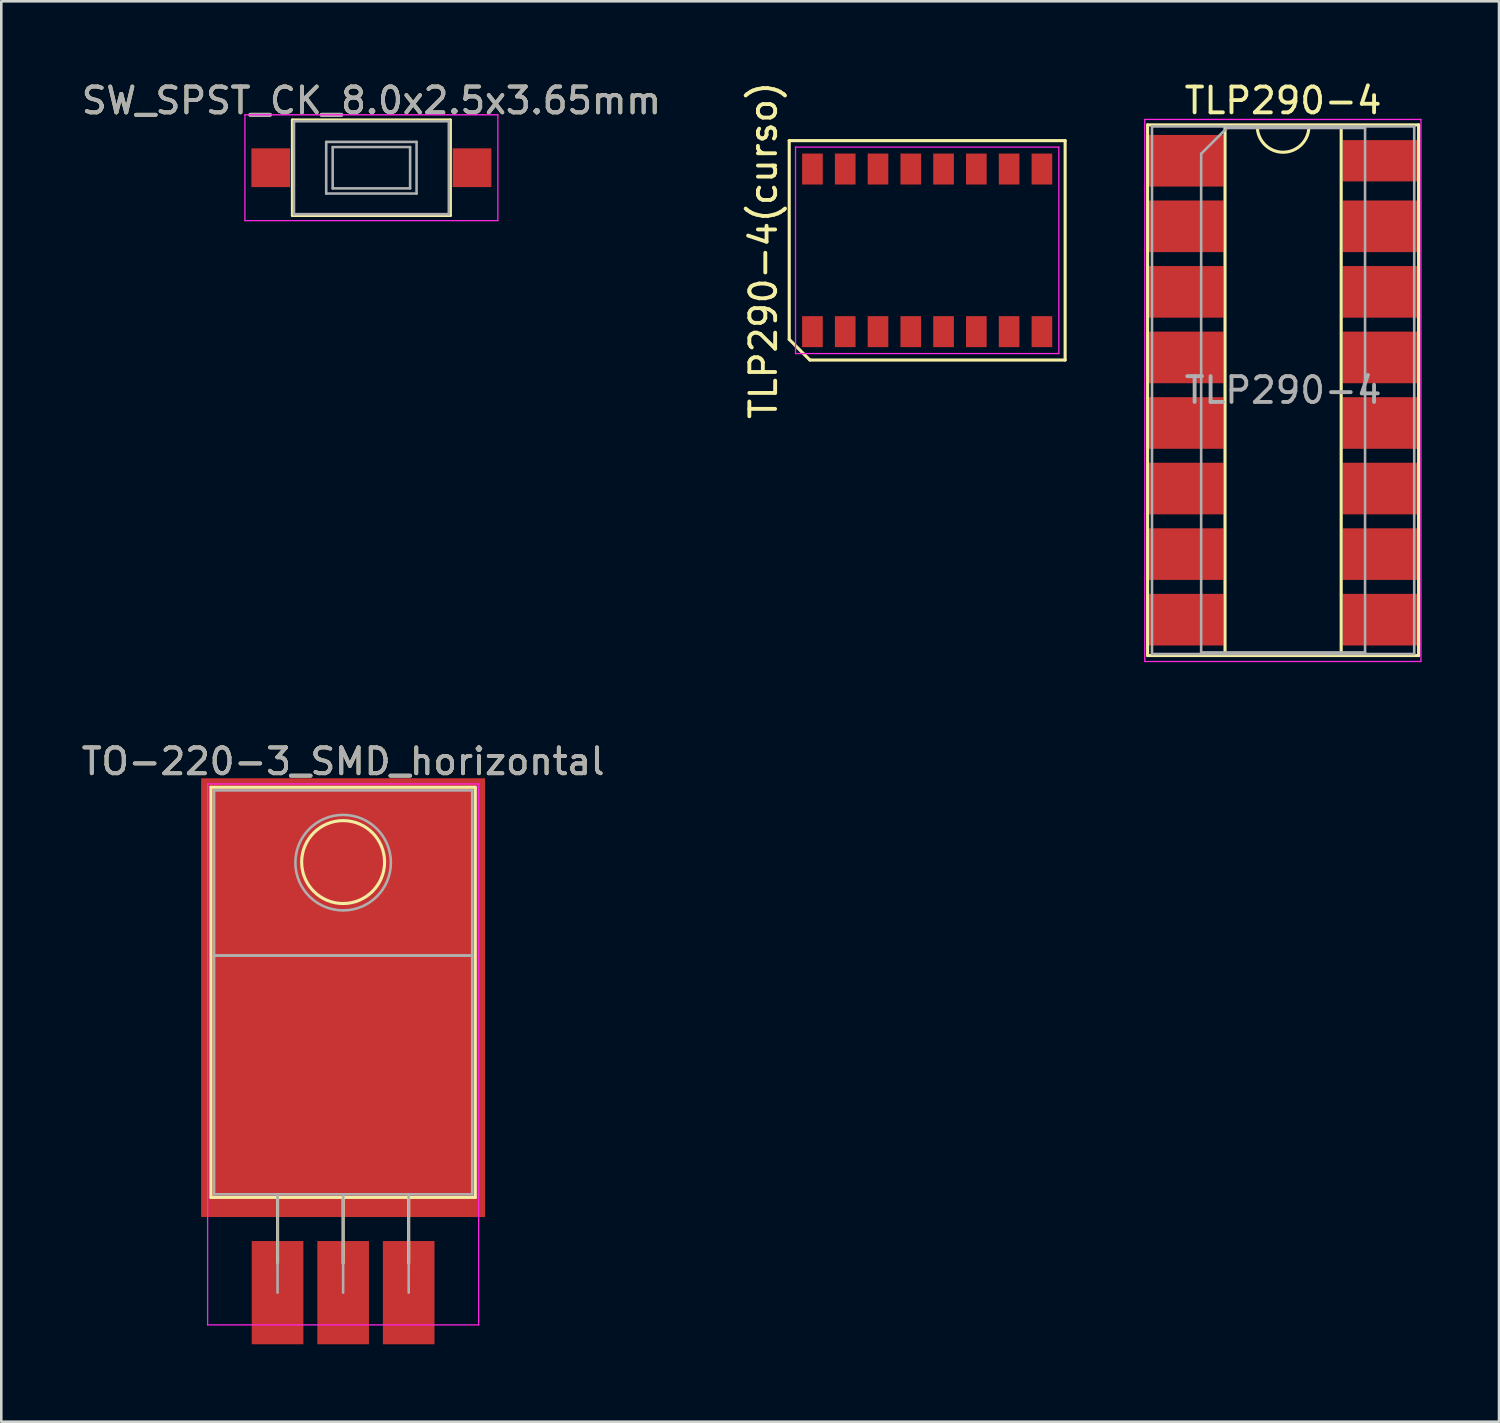
<source format=kicad_pcb>
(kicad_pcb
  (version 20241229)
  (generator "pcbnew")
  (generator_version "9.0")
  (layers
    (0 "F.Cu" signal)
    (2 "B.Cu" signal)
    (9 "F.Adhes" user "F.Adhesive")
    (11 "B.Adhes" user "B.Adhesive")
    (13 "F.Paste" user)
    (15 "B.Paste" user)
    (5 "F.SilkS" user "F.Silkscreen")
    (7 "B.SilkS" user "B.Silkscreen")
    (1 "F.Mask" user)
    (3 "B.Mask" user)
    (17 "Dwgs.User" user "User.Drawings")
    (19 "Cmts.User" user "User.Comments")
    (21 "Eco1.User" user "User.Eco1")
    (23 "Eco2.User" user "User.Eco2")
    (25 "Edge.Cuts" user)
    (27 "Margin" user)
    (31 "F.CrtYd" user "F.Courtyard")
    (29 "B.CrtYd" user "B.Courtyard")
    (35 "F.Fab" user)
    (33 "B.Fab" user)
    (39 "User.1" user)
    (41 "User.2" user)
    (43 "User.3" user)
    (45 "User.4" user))
  (footprint "TLP290-4(curso)"
    (layer "F.Cu")
    (at 32.872 6.649)
    (property "Reference" "TLP290-4(curso)" (at -6.345 0 90) (layer "F.SilkS") (effects (font (size 1 1) (thickness 0.15))))
    (attr smd)
    (fp_line (start -5.345 -4.25) (end 5.345 -4.25) (stroke (width 0.12) (type solid)) (layer "F.SilkS"))
    (fp_line (start -5.345 3.45) (end -5.345 -4.25) (stroke (width 0.12) (type solid)) (layer "F.SilkS"))
    (fp_line (start -4.545 4.25) (end -5.345 3.45) (stroke (width 0.12) (type solid)) (layer "F.SilkS"))
    (fp_line (start 5.345 -4.25) (end 5.345 4.25) (stroke (width 0.12) (type solid)) (layer "F.SilkS"))
    (fp_line (start 5.345 4.25) (end -4.545 4.25) (stroke (width 0.12) (type solid)) (layer "F.SilkS"))
    (fp_line (start -5.1 -4) (end 5.1 -4) (stroke (width 0.05) (type solid)) (layer "F.CrtYd"))
    (fp_line (start -5.1 4) (end -5.1 -4) (stroke (width 0.05) (type solid)) (layer "F.CrtYd"))
    (fp_line (start 5.1 -4) (end 5.1 4) (stroke (width 0.05) (type solid)) (layer "F.CrtYd"))
    (fp_line (start 5.1 4) (end -5.1 4) (stroke (width 0.05) (type solid)) (layer "F.CrtYd"))
    (pad "1" smd rect (at -4.445 3.15) (size 0.8 1.2) (layers "F.Cu" "F.Mask" "F.Paste"))
    (pad "2" smd rect (at -3.175 3.15) (size 0.8 1.2) (layers "F.Cu" "F.Mask" "F.Paste"))
    (pad "3" smd rect (at -1.905 3.15) (size 0.8 1.2) (layers "F.Cu" "F.Mask" "F.Paste"))
    (pad "4" smd rect (at -0.635 3.15) (size 0.8 1.2) (layers "F.Cu" "F.Mask" "F.Paste"))
    (pad "5" smd rect (at 0.635 3.15) (size 0.8 1.2) (layers "F.Cu" "F.Mask" "F.Paste"))
    (pad "6" smd rect (at 1.905 3.15) (size 0.8 1.2) (layers "F.Cu" "F.Mask" "F.Paste"))
    (pad "7" smd rect (at 3.175 3.15) (size 0.8 1.2) (layers "F.Cu" "F.Mask" "F.Paste"))
    (pad "8" smd rect (at 4.445 3.15) (size 0.8 1.2) (layers "F.Cu" "F.Mask" "F.Paste"))
    (pad "9" smd rect (at 4.445 -3.15) (size 0.8 1.2) (layers "F.Cu" "F.Mask" "F.Paste"))
    (pad "10" smd rect (at 3.175 -3.15) (size 0.8 1.2) (layers "F.Cu" "F.Mask" "F.Paste"))
    (pad "11" smd rect (at 1.905 -3.15) (size 0.8 1.2) (layers "F.Cu" "F.Mask" "F.Paste"))
    (pad "12" smd rect (at 0.635 -3.15) (size 0.8 1.2) (layers "F.Cu" "F.Mask" "F.Paste"))
    (pad "13" smd rect (at -0.635 -3.15) (size 0.8 1.2) (layers "F.Cu" "F.Mask" "F.Paste"))
    (pad "14" smd rect (at -1.905 -3.15) (size 0.8 1.2) (layers "F.Cu" "F.Mask" "F.Paste"))
    (pad "15" smd rect (at -3.175 -3.15) (size 0.8 1.2) (layers "F.Cu" "F.Mask" "F.Paste"))
    (pad "16" smd rect (at -4.445 -3.15) (size 0.8 1.2) (layers "F.Cu" "F.Mask" "F.Paste")))
  (footprint "SW_SPST_CK_8.0x2.5x3.65mm"
    (layer "F.Cu")
    (at 11.339 3.448)
    (property "Reference" "SW_SPST_CK_8.0x2.5x3.65mm" (at 0 -2.6 0) (layer "F.SilkS") (effects (font (size 1 1) (thickness 0.15))))
    (attr smd)
    (fp_line (start -3.06 -1.85) (end 3.06 -1.85) (stroke (width 0.12) (type solid)) (layer "F.SilkS"))
    (fp_line (start -3.06 1.85) (end -3.06 -1.85) (stroke (width 0.12) (type solid)) (layer "F.SilkS"))
    (fp_line (start 3.06 -1.85) (end 3.06 1.85) (stroke (width 0.12) (type solid)) (layer "F.SilkS"))
    (fp_line (start 3.06 1.85) (end -3.06 1.85) (stroke (width 0.12) (type solid)) (layer "F.SilkS"))
    (fp_line (start -4.9 -2.05) (end 4.9 -2.05) (stroke (width 0.05) (type solid)) (layer "F.CrtYd"))
    (fp_line (start -4.9 2.05) (end -4.9 -2.05) (stroke (width 0.05) (type solid)) (layer "F.CrtYd"))
    (fp_line (start 4.9 -2.05) (end 4.9 2.05) (stroke (width 0.05) (type solid)) (layer "F.CrtYd"))
    (fp_line (start 4.9 2.05) (end -4.9 2.05) (stroke (width 0.05) (type solid)) (layer "F.CrtYd"))
    (fp_line (start -3 -1.8) (end -3 1.8) (stroke (width 0.1) (type solid)) (layer "F.Fab"))
    (fp_line (start -3 -1.8) (end 3 -1.8) (stroke (width 0.1) (type solid)) (layer "F.Fab"))
    (fp_line (start -3 1.8) (end 3 1.8) (stroke (width 0.1) (type solid)) (layer "F.Fab"))
    (fp_line (start -1.75 -1) (end 1.75 -1) (stroke (width 0.1) (type solid)) (layer "F.Fab"))
    (fp_line (start -1.75 1) (end -1.75 -1) (stroke (width 0.1) (type solid)) (layer "F.Fab"))
    (fp_line (start -1.5 -0.8) (end -1.5 0.8) (stroke (width 0.1) (type solid)) (layer "F.Fab"))
    (fp_line (start -1.5 -0.8) (end 1.5 -0.8) (stroke (width 0.1) (type solid)) (layer "F.Fab"))
    (fp_line (start -1.5 0.8) (end 1.5 0.8) (stroke (width 0.1) (type solid)) (layer "F.Fab"))
    (fp_line (start 1.5 -0.8) (end 1.5 0.8) (stroke (width 0.1) (type solid)) (layer "F.Fab"))
    (fp_line (start 1.75 -1) (end 1.75 1) (stroke (width 0.1) (type solid)) (layer "F.Fab"))
    (fp_line (start 1.75 1) (end -1.75 1) (stroke (width 0.1) (type solid)) (layer "F.Fab"))
    (fp_line (start 3 -1.8) (end 3 1.8) (stroke (width 0.1) (type solid)) (layer "F.Fab"))
    (fp_text user "${REFERENCE}" (at 0 -2.6 0) (layer "F.Fab") (effects (font (size 1 1) (thickness 0.15))))
    (pad "1" smd rect (at -3.9 0) (size 1.5 1.5) (layers "F.Cu" "F.Mask" "F.Paste"))
    (pad "2" smd rect (at 3.9 0) (size 1.5 1.5) (layers "F.Cu" "F.Mask" "F.Paste")))
  (footprint "TLP290-4"
    (layer "F.Cu")
    (at 42.852 3.178)
    (property "Reference" "TLP290-4" (at 3.81 -2.33 0) (layer "F.SilkS") (effects (font (size 1 1) (thickness 0.15))))
    (attr through_hole)
    (fp_line (start -1.44 -1.39) (end -1.44 19.17) (stroke (width 0.12) (type solid)) (layer "F.SilkS"))
    (fp_line (start -1.44 19.17) (end 9.06 19.17) (stroke (width 0.12) (type solid)) (layer "F.SilkS"))
    (fp_line (start 1.56 -1.33) (end 1.56 19.11) (stroke (width 0.12) (type solid)) (layer "F.SilkS"))
    (fp_line (start 1.56 19.11) (end 6.06 19.11) (stroke (width 0.12) (type solid)) (layer "F.SilkS"))
    (fp_line (start 2.81 -1.33) (end 1.56 -1.33) (stroke (width 0.12) (type solid)) (layer "F.SilkS"))
    (fp_line (start 6.06 -1.33) (end 4.81 -1.33) (stroke (width 0.12) (type solid)) (layer "F.SilkS"))
    (fp_line (start 6.06 19.11) (end 6.06 -1.33) (stroke (width 0.12) (type solid)) (layer "F.SilkS"))
    (fp_line (start 9.06 -1.39) (end -1.44 -1.39) (stroke (width 0.12) (type solid)) (layer "F.SilkS"))
    (fp_line (start 9.06 19.17) (end 9.06 -1.39) (stroke (width 0.12) (type solid)) (layer "F.SilkS"))
    (fp_arc (start 4.81 -1.33) (mid 3.81 -0.33) (end 2.81 -1.33) (stroke (width 0.12) (type solid)) (layer "F.SilkS"))
    (fp_line (start -1.55 -1.6) (end -1.55 19.4) (stroke (width 0.05) (type solid)) (layer "F.CrtYd"))
    (fp_line (start -1.55 19.4) (end 9.15 19.4) (stroke (width 0.05) (type solid)) (layer "F.CrtYd"))
    (fp_line (start 9.15 -1.6) (end -1.55 -1.6) (stroke (width 0.05) (type solid)) (layer "F.CrtYd"))
    (fp_line (start 9.15 19.4) (end 9.15 -1.6) (stroke (width 0.05) (type solid)) (layer "F.CrtYd"))
    (fp_line (start -1.27 -1.33) (end -1.27 19.11) (stroke (width 0.1) (type solid)) (layer "F.Fab"))
    (fp_line (start -1.27 19.11) (end 8.89 19.11) (stroke (width 0.1) (type solid)) (layer "F.Fab"))
    (fp_line (start 0.635 -0.27) (end 1.635 -1.27) (stroke (width 0.1) (type solid)) (layer "F.Fab"))
    (fp_line (start 0.635 19.05) (end 0.635 -0.27) (stroke (width 0.1) (type solid)) (layer "F.Fab"))
    (fp_line (start 1.635 -1.27) (end 6.985 -1.27) (stroke (width 0.1) (type solid)) (layer "F.Fab"))
    (fp_line (start 6.985 -1.27) (end 6.985 19.05) (stroke (width 0.1) (type solid)) (layer "F.Fab"))
    (fp_line (start 6.985 19.05) (end 0.635 19.05) (stroke (width 0.1) (type solid)) (layer "F.Fab"))
    (fp_line (start 8.89 -1.33) (end -1.27 -1.33) (stroke (width 0.1) (type solid)) (layer "F.Fab"))
    (fp_line (start 8.89 19.11) (end 8.89 -1.33) (stroke (width 0.1) (type solid)) (layer "F.Fab"))
    (fp_text user "${REFERENCE}" (at 3.81 8.89 0) (layer "F.Fab") (effects (font (size 1 1) (thickness 0.15))))
    (pad "1" smd rect (at 0 0) (size 3 2) (layers "F.Cu" "F.Mask" "F.Paste"))
    (pad "2" smd rect (at 0 2.54) (size 3 2) (layers "F.Cu" "F.Mask" "F.Paste"))
    (pad "3" smd rect (at 0 5.08) (size 3 2) (layers "F.Cu" "F.Mask" "F.Paste"))
    (pad "4" smd rect (at 0 7.62) (size 3 2) (layers "F.Cu" "F.Mask" "F.Paste"))
    (pad "5" smd rect (at 0 10.16) (size 3 2) (layers "F.Cu" "F.Mask" "F.Paste"))
    (pad "6" smd rect (at 0 12.7) (size 3 2) (layers "F.Cu" "F.Mask" "F.Paste"))
    (pad "7" smd rect (at 0 15.24) (size 3 2) (layers "F.Cu" "F.Mask" "F.Paste"))
    (pad "8" smd rect (at 0 17.78) (size 3 2) (layers "F.Cu" "F.Mask" "F.Paste"))
    (pad "9" smd rect (at 7.62 17.78) (size 3 2) (layers "F.Cu" "F.Mask" "F.Paste"))
    (pad "10" smd rect (at 7.62 15.24) (size 3 2) (layers "F.Cu" "F.Mask" "F.Paste"))
    (pad "11" smd rect (at 7.62 12.7) (size 3 2) (layers "F.Cu" "F.Mask" "F.Paste"))
    (pad "12" smd rect (at 7.62 10.16) (size 3 2) (layers "F.Cu" "F.Mask" "F.Paste"))
    (pad "13" smd rect (at 7.62 7.62) (size 3 2) (layers "F.Cu" "F.Mask" "F.Paste"))
    (pad "14" smd rect (at 7.62 5.08) (size 3 2) (layers "F.Cu" "F.Mask" "F.Paste"))
    (pad "15" smd rect (at 7.62 2.54) (size 3 2) (layers "F.Cu" "F.Mask" "F.Paste"))
    (pad "16" smd rect (at 7.62 0) (size 3 1.6) (layers "F.Cu" "F.Mask" "F.Paste")))
  (footprint "TO-220-3_SMD_horizontal"
    (layer "F.Cu")
    (at 7.704 47.032)
    (property "Reference" "TO-220-3_SMD_horizontal" (at 2.54 -20.58 0) (layer "F.SilkS") (effects (font (size 1 1) (thickness 0.15))))
    (attr through_hole)
    (fp_line (start -2.58 -19.58) (end -2.58 -3.69) (stroke (width 0.12) (type solid)) (layer "F.SilkS"))
    (fp_line (start -2.58 -19.58) (end 7.66 -19.58) (stroke (width 0.12) (type solid)) (layer "F.SilkS"))
    (fp_line (start -2.58 -3.69) (end 7.66 -3.69) (stroke (width 0.12) (type solid)) (layer "F.SilkS"))
    (fp_line (start 0 -3.69) (end 0 -1.15) (stroke (width 0.12) (type solid)) (layer "F.SilkS"))
    (fp_line (start 2.54 -3.69) (end 2.54 -1.15) (stroke (width 0.12) (type solid)) (layer "F.SilkS"))
    (fp_line (start 5.08 -3.69) (end 5.08 -1.15) (stroke (width 0.12) (type solid)) (layer "F.SilkS"))
    (fp_line (start 7.66 -19.58) (end 7.66 -3.69) (stroke (width 0.12) (type solid)) (layer "F.SilkS"))
    (fp_circle (center 2.54 -16.682) (end 4.064 -17.19) (stroke (width 0.12) (type solid)) (fill no) (layer "F.SilkS"))
    (fp_line (start -2.71 -19.71) (end -2.71 1.25) (stroke (width 0.05) (type solid)) (layer "F.CrtYd"))
    (fp_line (start -2.71 1.25) (end 7.79 1.25) (stroke (width 0.05) (type solid)) (layer "F.CrtYd"))
    (fp_line (start 7.79 -19.71) (end -2.71 -19.71) (stroke (width 0.05) (type solid)) (layer "F.CrtYd"))
    (fp_line (start 7.79 1.25) (end 7.79 -19.71) (stroke (width 0.05) (type solid)) (layer "F.CrtYd"))
    (fp_line (start -2.46 -19.46) (end 7.54 -19.46) (stroke (width 0.1) (type solid)) (layer "F.Fab"))
    (fp_line (start -2.46 -13.06) (end -2.46 -19.46) (stroke (width 0.1) (type solid)) (layer "F.Fab"))
    (fp_line (start -2.46 -13.06) (end 7.54 -13.06) (stroke (width 0.1) (type solid)) (layer "F.Fab"))
    (fp_line (start -2.46 -3.81) (end -2.46 -13.06) (stroke (width 0.1) (type solid)) (layer "F.Fab"))
    (fp_line (start 0 -3.81) (end 0 0) (stroke (width 0.1) (type solid)) (layer "F.Fab"))
    (fp_line (start 2.54 -3.81) (end 2.54 0) (stroke (width 0.1) (type solid)) (layer "F.Fab"))
    (fp_line (start 5.08 -3.81) (end 5.08 0) (stroke (width 0.1) (type solid)) (layer "F.Fab"))
    (fp_line (start 7.54 -19.46) (end 7.54 -13.06) (stroke (width 0.1) (type solid)) (layer "F.Fab"))
    (fp_line (start 7.54 -13.06) (end -2.46 -13.06) (stroke (width 0.1) (type solid)) (layer "F.Fab"))
    (fp_line (start 7.54 -13.06) (end 7.54 -3.81) (stroke (width 0.1) (type solid)) (layer "F.Fab"))
    (fp_line (start 7.54 -3.81) (end -2.46 -3.81) (stroke (width 0.1) (type solid)) (layer "F.Fab"))
    (fp_circle (center 2.54 -16.66) (end 4.39 -16.66) (stroke (width 0.1) (type solid)) (fill no) (layer "F.Fab"))
    (fp_text user "${REFERENCE}" (at 2.54 -20.58 0) (layer "F.Fab") (effects (font (size 1 1) (thickness 0.15))))
    (pad "1" smd rect (at 0 0) (size 2 4) (layers "F.Cu" "F.Mask" "F.Paste"))
    (pad "2" smd rect (at 2.54 -11.43) (size 11 17) (layers "F.Cu" "F.Mask" "F.Paste"))
    (pad "2" smd rect (at 2.54 0) (size 2 4) (layers "F.Cu" "F.Mask" "F.Paste"))
    (pad "3" smd rect (at 5.08 0) (size 2 4) (layers "F.Cu" "F.Mask" "F.Paste")))
  (gr_rect
    (start -3 -3)
    (end 55.027 52.032)
    (stroke (width 0.1) (type default))
    (fill no)
    (layer "Edge.Cuts")))
</source>
